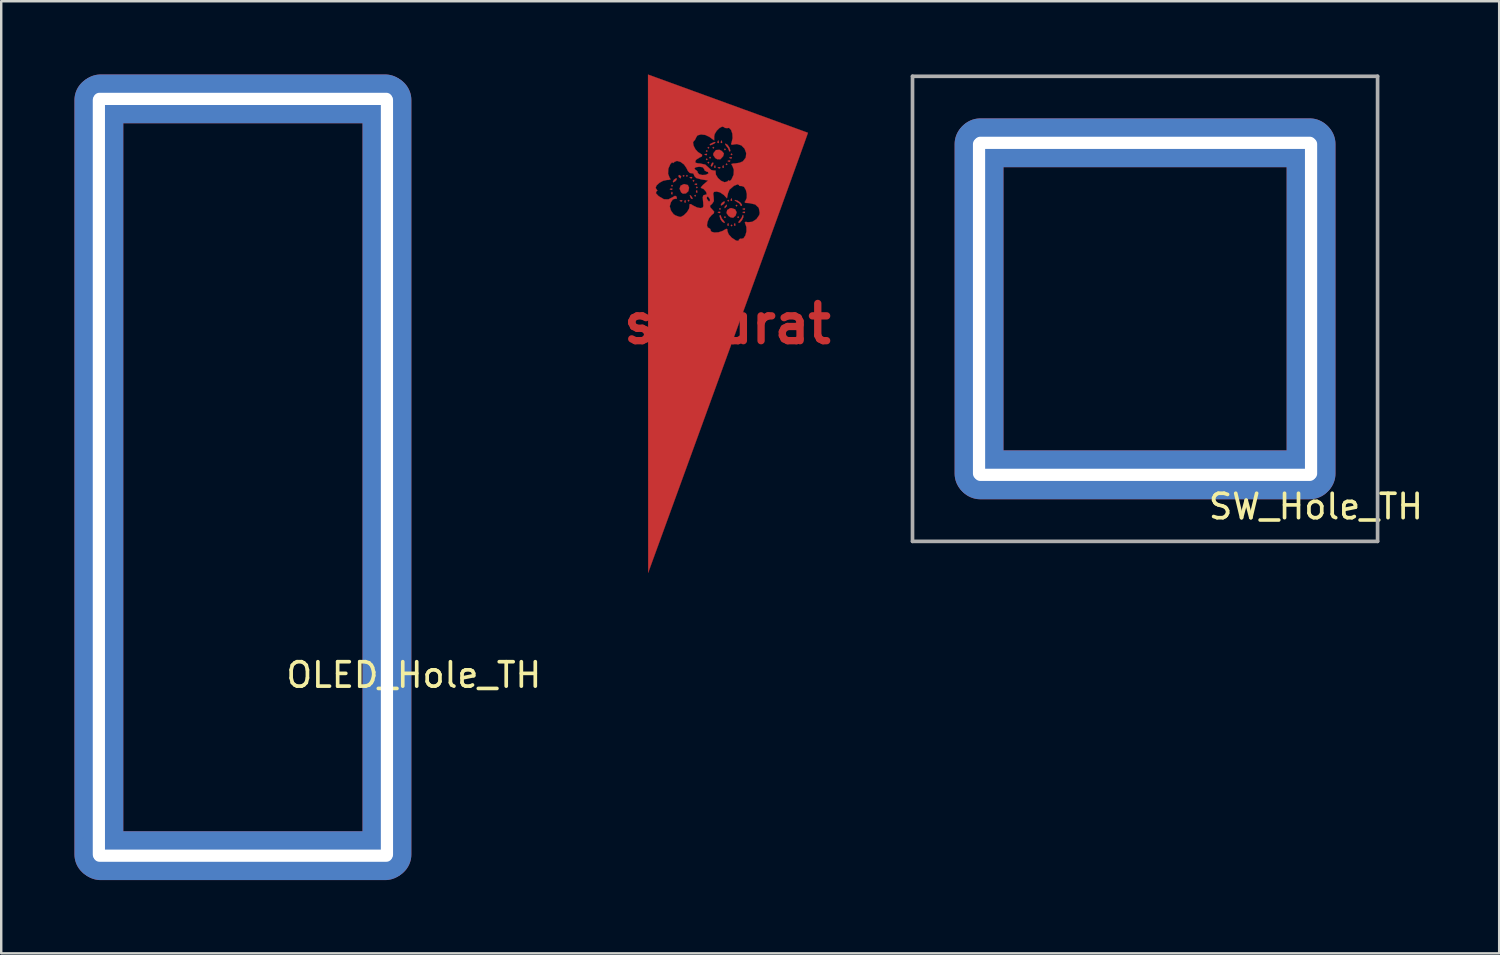
<source format=kicad_pcb>
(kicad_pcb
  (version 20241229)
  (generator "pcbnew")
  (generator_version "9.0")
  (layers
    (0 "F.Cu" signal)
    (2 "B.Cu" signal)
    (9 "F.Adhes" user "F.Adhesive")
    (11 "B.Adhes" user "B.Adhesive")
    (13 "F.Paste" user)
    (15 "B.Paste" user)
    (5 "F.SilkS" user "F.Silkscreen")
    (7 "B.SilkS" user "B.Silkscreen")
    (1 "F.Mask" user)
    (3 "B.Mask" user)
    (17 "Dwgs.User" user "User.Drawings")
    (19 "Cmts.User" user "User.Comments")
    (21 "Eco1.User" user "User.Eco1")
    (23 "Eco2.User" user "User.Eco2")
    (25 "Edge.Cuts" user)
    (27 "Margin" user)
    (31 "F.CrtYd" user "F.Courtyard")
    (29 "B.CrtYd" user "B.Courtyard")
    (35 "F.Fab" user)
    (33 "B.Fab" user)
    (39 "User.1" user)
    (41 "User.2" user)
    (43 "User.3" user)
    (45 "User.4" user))
  (footprint "sakurat"
    (layer "F.Cu")
    (at 26.746 10.215)
    (property "Reference" "sakurat" (at 0 0 0) (layer "F.Cu") (effects (font (size 1.524 1.524) (thickness 0.3))))
    (attr through_hole)
    (fp_poly (pts (xy -2.235 -5.656) (xy -2.269 -5.622) (xy -2.303 -5.656) (xy -2.269 -5.69) (xy -2.235 -5.656)) (stroke (width 0.01) (type solid)) (fill yes) (layer "F.Cu"))
    (fp_poly (pts (xy -1.761 -6.062) (xy -1.795 -6.028) (xy -1.829 -6.062) (xy -1.795 -6.096) (xy -1.761 -6.062)) (stroke (width 0.01) (type solid)) (fill yes) (layer "F.Cu"))
    (fp_poly (pts (xy -1.626 -6.062) (xy -1.659 -6.028) (xy -1.693 -6.062) (xy -1.659 -6.096) (xy -1.626 -6.062)) (stroke (width 0.01) (type solid)) (fill yes) (layer "F.Cu"))
    (fp_poly (pts (xy -1.558 -5.046) (xy -1.592 -5.012) (xy -1.626 -5.046) (xy -1.592 -5.08) (xy -1.558 -5.046)) (stroke (width 0.01) (type solid)) (fill yes) (layer "F.Cu"))
    (fp_poly (pts (xy -1.355 -5.859) (xy -1.389 -5.825) (xy -1.422 -5.859) (xy -1.389 -5.893) (xy -1.355 -5.859)) (stroke (width 0.01) (type solid)) (fill yes) (layer "F.Cu"))
    (fp_poly (pts (xy -1.287 -5.249) (xy -1.321 -5.215) (xy -1.355 -5.249) (xy -1.321 -5.283) (xy -1.287 -5.249)) (stroke (width 0.01) (type solid)) (fill yes) (layer "F.Cu"))
    (fp_poly (pts (xy -1.219 -5.588) (xy -1.253 -5.554) (xy -1.287 -5.588) (xy -1.253 -5.622) (xy -1.219 -5.588)) (stroke (width 0.01) (type solid)) (fill yes) (layer "F.Cu"))
    (fp_poly (pts (xy -0.813 -7.078) (xy -0.847 -7.044) (xy -0.881 -7.078) (xy -0.847 -7.112) (xy -0.813 -7.078)) (stroke (width 0.01) (type solid)) (fill yes) (layer "F.Cu"))
    (fp_poly (pts (xy -0.813 -6.739) (xy -0.847 -6.706) (xy -0.881 -6.739) (xy -0.847 -6.773) (xy -0.813 -6.739)) (stroke (width 0.01) (type solid)) (fill yes) (layer "F.Cu"))
    (fp_poly (pts (xy -0.745 -7.214) (xy -0.779 -7.18) (xy -0.813 -7.214) (xy -0.779 -7.247) (xy -0.745 -7.214)) (stroke (width 0.01) (type solid)) (fill yes) (layer "F.Cu"))
    (fp_poly (pts (xy -0.745 -6.604) (xy -0.779 -6.57) (xy -0.813 -6.604) (xy -0.779 -6.638) (xy -0.745 -6.604)) (stroke (width 0.01) (type solid)) (fill yes) (layer "F.Cu"))
    (fp_poly (pts (xy -0.677 -6.807) (xy -0.711 -6.773) (xy -0.745 -6.807) (xy -0.711 -6.841) (xy -0.677 -6.807)) (stroke (width 0.01) (type solid)) (fill yes) (layer "F.Cu"))
    (fp_poly (pts (xy -0.542 -7.214) (xy -0.576 -7.18) (xy -0.61 -7.214) (xy -0.576 -7.247) (xy -0.542 -7.214)) (stroke (width 0.01) (type solid)) (fill yes) (layer "F.Cu"))
    (fp_poly (pts (xy -0.271 -4.707) (xy -0.305 -4.674) (xy -0.339 -4.707) (xy -0.305 -4.741) (xy -0.271 -4.707)) (stroke (width 0.01) (type solid)) (fill yes) (layer "F.Cu"))
    (fp_poly (pts (xy -0.068 -7.146) (xy -0.102 -7.112) (xy -0.135 -7.146) (xy -0.102 -7.18) (xy -0.068 -7.146)) (stroke (width 0.01) (type solid)) (fill yes) (layer "F.Cu"))
    (fp_poly (pts (xy -0.068 -4.369) (xy -0.102 -4.335) (xy -0.135 -4.369) (xy -0.102 -4.403) (xy -0.068 -4.369)) (stroke (width 0.01) (type solid)) (fill yes) (layer "F.Cu"))
    (fp_poly (pts (xy 0 -6.536) (xy -0.034 -6.502) (xy -0.068 -6.536) (xy -0.034 -6.57) (xy 0 -6.536)) (stroke (width 0.01) (type solid)) (fill yes) (layer "F.Cu"))
    (fp_poly (pts (xy 0.068 -5.046) (xy 0.034 -5.012) (xy 0 -5.046) (xy 0.034 -5.08) (xy 0.068 -5.046)) (stroke (width 0.01) (type solid)) (fill yes) (layer "F.Cu"))
    (fp_poly (pts (xy 0.203 -6.943) (xy 0.169 -6.909) (xy 0.135 -6.943) (xy 0.169 -6.977) (xy 0.203 -6.943)) (stroke (width 0.01) (type solid)) (fill yes) (layer "F.Cu"))
    (fp_poly (pts (xy 0.203 -4.03) (xy 0.169 -3.996) (xy 0.135 -4.03) (xy 0.169 -4.064) (xy 0.203 -4.03)) (stroke (width 0.01) (type solid)) (fill yes) (layer "F.Cu"))
    (fp_poly (pts (xy 0.406 -4.843) (xy 0.373 -4.809) (xy 0.339 -4.843) (xy 0.373 -4.877) (xy 0.406 -4.843)) (stroke (width 0.01) (type solid)) (fill yes) (layer "F.Cu"))
    (fp_poly (pts (xy 0.474 -4.369) (xy 0.44 -4.335) (xy 0.406 -4.369) (xy 0.44 -4.403) (xy 0.474 -4.369)) (stroke (width 0.01) (type solid)) (fill yes) (layer "F.Cu"))
    (fp_poly (pts (xy -2.258 -5.532) (xy -2.267 -5.491) (xy -2.303 -5.486) (xy -2.359 -5.511) (xy -2.348 -5.532) (xy -2.268 -5.54) (xy -2.258 -5.532)) (stroke (width 0.01) (type solid)) (fill yes) (layer "F.Cu"))
    (fp_poly (pts (xy -2.258 -5.396) (xy -2.25 -5.316) (xy -2.258 -5.306) (xy -2.298 -5.315) (xy -2.303 -5.351) (xy -2.278 -5.407) (xy -2.258 -5.396)) (stroke (width 0.01) (type solid)) (fill yes) (layer "F.Cu"))
    (fp_poly (pts (xy -1.851 -5.057) (xy -1.861 -5.017) (xy -1.897 -5.012) (xy -1.952 -5.037) (xy -1.942 -5.057) (xy -1.861 -5.066) (xy -1.851 -5.057)) (stroke (width 0.01) (type solid)) (fill yes) (layer "F.Cu"))
    (fp_poly (pts (xy -1.716 -5.057) (xy -1.708 -4.977) (xy -1.716 -4.967) (xy -1.756 -4.976) (xy -1.761 -5.012) (xy -1.736 -5.068) (xy -1.716 -5.057)) (stroke (width 0.01) (type solid)) (fill yes) (layer "F.Cu"))
    (fp_poly (pts (xy -1.445 -6.006) (xy -1.454 -5.965) (xy -1.49 -5.961) (xy -1.546 -5.985) (xy -1.535 -6.006) (xy -1.455 -6.014) (xy -1.445 -6.006)) (stroke (width 0.01) (type solid)) (fill yes) (layer "F.Cu"))
    (fp_poly (pts (xy -1.242 -5.735) (xy -1.251 -5.694) (xy -1.287 -5.69) (xy -1.343 -5.714) (xy -1.332 -5.735) (xy -1.252 -5.743) (xy -1.242 -5.735)) (stroke (width 0.01) (type solid)) (fill yes) (layer "F.Cu"))
    (fp_poly (pts (xy -1.242 -5.464) (xy -1.234 -5.383) (xy -1.242 -5.374) (xy -1.282 -5.383) (xy -1.287 -5.419) (xy -1.262 -5.474) (xy -1.242 -5.464)) (stroke (width 0.01) (type solid)) (fill yes) (layer "F.Cu"))
    (fp_poly (pts (xy -0.835 -6.954) (xy -0.845 -6.914) (xy -0.881 -6.909) (xy -0.936 -6.934) (xy -0.926 -6.954) (xy -0.845 -6.962) (xy -0.835 -6.954)) (stroke (width 0.01) (type solid)) (fill yes) (layer "F.Cu"))
    (fp_poly (pts (xy -0.497 -6.48) (xy -0.489 -6.399) (xy -0.497 -6.39) (xy -0.537 -6.399) (xy -0.542 -6.435) (xy -0.517 -6.49) (xy -0.497 -6.48)) (stroke (width 0.01) (type solid)) (fill yes) (layer "F.Cu"))
    (fp_poly (pts (xy -0.361 -7.496) (xy -0.353 -7.415) (xy -0.361 -7.406) (xy -0.402 -7.415) (xy -0.406 -7.451) (xy -0.382 -7.506) (xy -0.361 -7.496)) (stroke (width 0.01) (type solid)) (fill yes) (layer "F.Cu"))
    (fp_poly (pts (xy -0.294 -6.412) (xy -0.303 -6.372) (xy -0.339 -6.367) (xy -0.394 -6.392) (xy -0.384 -6.412) (xy -0.303 -6.42) (xy -0.294 -6.412)) (stroke (width 0.01) (type solid)) (fill yes) (layer "F.Cu"))
    (fp_poly (pts (xy -0.294 -4.583) (xy -0.303 -4.543) (xy -0.339 -4.538) (xy -0.394 -4.563) (xy -0.384 -4.583) (xy -0.303 -4.591) (xy -0.294 -4.583)) (stroke (width 0.01) (type solid)) (fill yes) (layer "F.Cu"))
    (fp_poly (pts (xy -0.226 -7.496) (xy -0.218 -7.415) (xy -0.226 -7.406) (xy -0.266 -7.415) (xy -0.271 -7.451) (xy -0.246 -7.506) (xy -0.226 -7.496)) (stroke (width 0.01) (type solid)) (fill yes) (layer "F.Cu"))
    (fp_poly (pts (xy -0.158 -6.48) (xy -0.15 -6.399) (xy -0.158 -6.39) (xy -0.198 -6.399) (xy -0.203 -6.435) (xy -0.178 -6.49) (xy -0.158 -6.48)) (stroke (width 0.01) (type solid)) (fill yes) (layer "F.Cu"))
    (fp_poly (pts (xy 0.045 -4.109) (xy 0.053 -4.029) (xy 0.045 -4.019) (xy 0.005 -4.028) (xy 0 -4.064) (xy 0.025 -4.12) (xy 0.045 -4.109)) (stroke (width 0.01) (type solid)) (fill yes) (layer "F.Cu"))
    (fp_poly (pts (xy 0.113 -6.683) (xy 0.104 -6.643) (xy 0.068 -6.638) (xy 0.012 -6.663) (xy 0.023 -6.683) (xy 0.103 -6.691) (xy 0.113 -6.683)) (stroke (width 0.01) (type solid)) (fill yes) (layer "F.Cu"))
    (fp_poly (pts (xy 0.181 -6.818) (xy 0.171 -6.778) (xy 0.135 -6.773) (xy 0.08 -6.798) (xy 0.09 -6.818) (xy 0.171 -6.827) (xy 0.181 -6.818)) (stroke (width 0.01) (type solid)) (fill yes) (layer "F.Cu"))
    (fp_poly (pts (xy 0.181 -5.125) (xy 0.189 -5.045) (xy 0.181 -5.035) (xy 0.14 -5.044) (xy 0.135 -5.08) (xy 0.16 -5.136) (xy 0.181 -5.125)) (stroke (width 0.01) (type solid)) (fill yes) (layer "F.Cu"))
    (fp_poly (pts (xy 0.316 -4.109) (xy 0.324 -4.029) (xy 0.316 -4.019) (xy 0.276 -4.028) (xy 0.271 -4.064) (xy 0.296 -4.12) (xy 0.316 -4.109)) (stroke (width 0.01) (type solid)) (fill yes) (layer "F.Cu"))
    (fp_poly (pts (xy 0.722 -4.719) (xy 0.713 -4.678) (xy 0.677 -4.674) (xy 0.622 -4.698) (xy 0.632 -4.719) (xy 0.713 -4.727) (xy 0.722 -4.719)) (stroke (width 0.01) (type solid)) (fill yes) (layer "F.Cu"))
    (fp_poly (pts (xy 0.722 -4.583) (xy 0.713 -4.543) (xy 0.677 -4.538) (xy 0.622 -4.563) (xy 0.632 -4.583) (xy 0.713 -4.591) (xy 0.722 -4.583)) (stroke (width 0.01) (type solid)) (fill yes) (layer "F.Cu"))
    (fp_poly (pts (xy -2.068 -5.95) (xy -2.091 -5.892) (xy -2.14 -5.839) (xy -2.217 -5.796) (xy -2.235 -5.818) (xy -2.194 -5.9) (xy -2.114 -5.955) (xy -2.068 -5.95)) (stroke (width 0.01) (type solid)) (fill yes) (layer "F.Cu"))
    (fp_poly (pts (xy -1.491 -5.242) (xy -1.482 -5.234) (xy -1.428 -5.145) (xy -1.435 -5.112) (xy -1.486 -5.132) (xy -1.52 -5.196) (xy -1.54 -5.275) (xy -1.491 -5.242)) (stroke (width 0.01) (type solid)) (fill yes) (layer "F.Cu"))
    (fp_poly (pts (xy -0.572 -6.593) (xy -0.584 -6.54) (xy -0.638 -6.444) (xy -0.674 -6.46) (xy -0.677 -6.498) (xy -0.628 -6.59) (xy -0.61 -6.604) (xy -0.572 -6.593)) (stroke (width 0.01) (type solid)) (fill yes) (layer "F.Cu"))
    (fp_poly (pts (xy -0.104 -5.002) (xy -0.127 -4.944) (xy -0.176 -4.891) (xy -0.253 -4.848) (xy -0.271 -4.87) (xy -0.23 -4.952) (xy -0.15 -5.007) (xy -0.104 -5.002)) (stroke (width 0.01) (type solid)) (fill yes) (layer "F.Cu"))
    (fp_poly (pts (xy -1.899 -6.047) (xy -1.897 -6.028) (xy -1.92 -5.962) (xy -1.926 -5.961) (xy -1.984 -6.008) (xy -1.998 -6.028) (xy -1.993 -6.091) (xy -1.968 -6.096) (xy -1.899 -6.047)) (stroke (width 0.01) (type solid)) (fill yes) (layer "F.Cu"))
    (fp_poly (pts (xy -0.496 -7.421) (xy -0.542 -7.383) (xy -0.665 -7.326) (xy -0.711 -7.317) (xy -0.723 -7.345) (xy -0.677 -7.383) (xy -0.554 -7.44) (xy -0.508 -7.449) (xy -0.496 -7.421)) (stroke (width 0.01) (type solid)) (fill yes) (layer "F.Cu"))
    (fp_poly (pts (xy -0.021 -4.833) (xy -0.034 -4.809) (xy -0.098 -4.744) (xy -0.11 -4.741) (xy -0.114 -4.785) (xy -0.102 -4.809) (xy -0.038 -4.874) (xy -0.026 -4.877) (xy -0.021 -4.833)) (stroke (width 0.01) (type solid)) (fill yes) (layer "F.Cu"))
    (fp_poly (pts (xy -1.62 -5.685) (xy -1.571 -5.576) (xy -1.599 -5.434) (xy -1.698 -5.343) (xy -1.821 -5.332) (xy -1.895 -5.383) (xy -1.96 -5.535) (xy -1.916 -5.662) (xy -1.781 -5.723) (xy -1.76 -5.723) (xy -1.62 -5.685)) (stroke (width 0.01) (type solid)) (fill yes) (layer "F.Cu"))
    (fp_poly (pts (xy -0.273 -4.442) (xy -0.271 -4.419) (xy -0.227 -4.315) (xy -0.164 -4.238) (xy -0.108 -4.157) (xy -0.128 -4.132) (xy -0.211 -4.185) (xy -0.274 -4.273) (xy -0.318 -4.397) (xy -0.31 -4.454) (xy -0.273 -4.442)) (stroke (width 0.01) (type solid)) (fill yes) (layer "F.Cu"))
    (fp_poly (pts (xy -0.227 -7.077) (xy -0.143 -6.979) (xy -0.174 -6.866) (xy -0.289 -6.741) (xy -0.418 -6.744) (xy -0.497 -6.791) (xy -0.58 -6.912) (xy -0.574 -6.99) (xy -0.47 -7.119) (xy -0.32 -7.128) (xy -0.227 -7.077)) (stroke (width 0.01) (type solid)) (fill yes) (layer "F.Cu"))
    (fp_poly (pts (xy 0.005 -7.332) (xy 0.081 -7.219) (xy 0.118 -7.105) (xy 0.107 -7.061) (xy 0.07 -7.072) (xy 0.068 -7.096) (xy 0.024 -7.199) (xy -0.039 -7.276) (xy -0.095 -7.358) (xy -0.075 -7.383) (xy 0.005 -7.332)) (stroke (width 0.01) (type solid)) (fill yes) (layer "F.Cu"))
    (fp_poly (pts (xy 0.417 -5.045) (xy 0.529 -4.968) (xy 0.596 -4.882) (xy 0.593 -4.837) (xy 0.545 -4.834) (xy 0.542 -4.855) (xy 0.488 -4.934) (xy 0.389 -4.997) (xy 0.301 -5.053) (xy 0.309 -5.075) (xy 0.417 -5.045)) (stroke (width 0.01) (type solid)) (fill yes) (layer "F.Cu"))
    (fp_poly (pts (xy 0.649 -4.454) (xy 0.653 -4.37) (xy 0.597 -4.249) (xy 0.515 -4.153) (xy 0.467 -4.132) (xy 0.451 -4.17) (xy 0.503 -4.238) (xy 0.589 -4.354) (xy 0.61 -4.419) (xy 0.635 -4.463) (xy 0.649 -4.454)) (stroke (width 0.01) (type solid)) (fill yes) (layer "F.Cu"))
    (fp_poly (pts (xy 0.315 -4.691) (xy 0.379 -4.573) (xy 0.336 -4.434) (xy 0.332 -4.428) (xy 0.236 -4.346) (xy 0.132 -4.363) (xy 0.043 -4.421) (xy -0.037 -4.54) (xy -0.009 -4.66) (xy 0.109 -4.735) (xy 0.169 -4.741) (xy 0.315 -4.691)) (stroke (width 0.01) (type solid)) (fill yes) (layer "F.Cu"))
    (fp_poly (pts (xy 0.017 -9.021) (xy 0.649 -8.791) (xy 1.241 -8.576) (xy 1.782 -8.379) (xy 2.259 -8.205) (xy 2.66 -8.059) (xy 2.974 -7.944) (xy 3.188 -7.866) (xy 3.291 -7.828) (xy 3.298 -7.826) (xy 3.277 -7.763) (xy 3.212 -7.579) (xy 3.106 -7.283) (xy 2.961 -6.881) (xy 2.78 -6.38) (xy 2.566 -5.788) (xy 2.321 -5.112) (xy 2.048 -4.358) (xy 1.75 -3.535) (xy 1.428 -2.649) (xy 1.086 -1.707) (xy 0.726 -0.717) (xy 0.351 0.314) (xy 0.033 1.187) (xy -3.245 10.194) (xy -3.248 -0.008) (xy -3.249 -4.036) (xy -0.838 -4.036) (xy -0.806 -3.942) (xy -0.767 -3.929) (xy -0.696 -3.88) (xy -0.694 -3.844) (xy -0.655 -3.772) (xy -0.53 -3.74) (xy -0.364 -3.75) (xy -0.201 -3.803) (xy -0.165 -3.824) (xy -0.048 -3.892) (xy -0.006 -3.877) (xy 0 -3.8) (xy 0.05 -3.668) (xy 0.172 -3.532) (xy 0.178 -3.527) (xy 0.355 -3.41) (xy 0.454 -3.398) (xy 0.474 -3.452) (xy 0.523 -3.491) (xy 0.566 -3.483) (xy 0.66 -3.506) (xy 0.736 -3.621) (xy 0.781 -3.787) (xy 0.779 -3.959) (xy 0.756 -4.034) (xy 0.712 -4.152) (xy 0.75 -4.18) (xy 0.835 -4.162) (xy 1.017 -4.179) (xy 1.189 -4.289) (xy 1.304 -4.456) (xy 1.324 -4.545) (xy 1.285 -4.752) (xy 1.138 -4.891) (xy 0.904 -4.944) (xy 0.89 -4.945) (xy 0.739 -4.954) (xy 0.704 -4.989) (xy 0.732 -5.026) (xy 0.792 -5.153) (xy 0.796 -5.321) (xy 0.755 -5.488) (xy 0.68 -5.611) (xy 0.584 -5.648) (xy 0.567 -5.643) (xy 0.486 -5.652) (xy 0.474 -5.684) (xy 0.423 -5.715) (xy 0.274 -5.657) (xy 0.269 -5.655) (xy 0.083 -5.494) (xy 0.023 -5.345) (xy -0.018 -5.142) (xy -0.147 -5.28) (xy -0.302 -5.385) (xy -0.441 -5.419) (xy -0.552 -5.404) (xy -0.582 -5.333) (xy -0.564 -5.205) (xy -0.555 -5.025) (xy -0.629 -4.913) (xy -0.638 -4.906) (xy -0.716 -4.835) (xy -0.697 -4.766) (xy -0.628 -4.692) (xy -0.543 -4.594) (xy -0.558 -4.527) (xy -0.648 -4.453) (xy -0.749 -4.334) (xy -0.815 -4.181) (xy -0.838 -4.036) (xy -3.249 -4.036) (xy -3.25 -5.573) (xy -2.943 -5.573) (xy -2.91 -5.519) (xy -2.866 -5.461) (xy -2.911 -5.42) (xy -2.93 -5.352) (xy -2.829 -5.242) (xy -2.808 -5.225) (xy -2.6 -5.103) (xy -2.416 -5.099) (xy -2.257 -5.181) (xy -2.147 -5.244) (xy -2.093 -5.22) (xy -2.076 -5.184) (xy -2.08 -5.116) (xy -2.135 -5.124) (xy -2.235 -5.097) (xy -2.315 -4.979) (xy -2.363 -4.815) (xy -2.321 -4.662) (xy -2.297 -4.616) (xy -2.203 -4.489) (xy -2.12 -4.437) (xy -2.006 -4.398) (xy -1.994 -4.388) (xy -1.904 -4.379) (xy -1.78 -4.452) (xy -1.657 -4.574) (xy -1.574 -4.71) (xy -1.558 -4.784) (xy -1.549 -4.899) (xy -1.497 -4.905) (xy -1.407 -4.847) (xy -1.237 -4.765) (xy -1.109 -4.741) (xy -1.016 -4.756) (xy -0.983 -4.823) (xy -0.993 -4.981) (xy -0.997 -5.012) (xy -1.009 -5.166) (xy -0.849 -5.166) (xy -0.837 -5.114) (xy -0.772 -5.024) (xy -0.74 -5.012) (xy -0.709 -5.062) (xy -0.721 -5.114) (xy -0.786 -5.203) (xy -0.818 -5.215) (xy -0.849 -5.166) (xy -1.009 -5.166) (xy -1.011 -5.189) (xy -0.982 -5.268) (xy -0.921 -5.283) (xy -0.846 -5.305) (xy -0.867 -5.392) (xy -0.881 -5.419) (xy -0.979 -5.527) (xy -1.056 -5.554) (xy -1.091 -5.586) (xy -1.007 -5.684) (xy -0.974 -5.713) (xy -0.79 -5.872) (xy -1.072 -5.917) (xy -1.276 -5.973) (xy -1.354 -6.054) (xy -1.355 -6.063) (xy -1.391 -6.153) (xy -1.422 -6.164) (xy -1.541 -6.18) (xy -1.616 -6.256) (xy -1.669 -6.367) (xy -1.355 -6.367) (xy -1.303 -6.301) (xy -1.287 -6.299) (xy -1.227 -6.244) (xy -1.219 -6.198) (xy -1.163 -6.129) (xy -1.033 -6.096) (xy -0.888 -6.103) (xy -0.785 -6.155) (xy -0.779 -6.164) (xy -0.794 -6.222) (xy -0.843 -6.231) (xy -0.935 -6.284) (xy -0.948 -6.333) (xy -1.009 -6.414) (xy -1.151 -6.435) (xy -1.294 -6.415) (xy -1.355 -6.368) (xy -1.355 -6.367) (xy -1.669 -6.367) (xy -1.673 -6.377) (xy -1.777 -6.528) (xy -1.922 -6.634) (xy -2.067 -6.675) (xy -2.172 -6.632) (xy -2.178 -6.624) (xy -2.227 -6.582) (xy -2.236 -6.604) (xy -2.272 -6.611) (xy -2.339 -6.54) (xy -2.42 -6.356) (xy -2.431 -6.151) (xy -2.37 -5.988) (xy -2.357 -5.974) (xy -2.328 -5.917) (xy -2.409 -5.895) (xy -2.481 -5.893) (xy -2.636 -5.859) (xy -2.786 -5.776) (xy -2.899 -5.672) (xy -2.943 -5.573) (xy -3.25 -5.573) (xy -3.25 -7.431) (xy -1.409 -7.431) (xy -1.386 -7.299) (xy -1.312 -7.153) (xy -1.208 -7.037) (xy -1.164 -7.011) (xy -1.036 -6.929) (xy -1.043 -6.858) (xy -1.145 -6.809) (xy -1.272 -6.729) (xy -1.312 -6.669) (xy -1.305 -6.599) (xy -1.195 -6.572) (xy -1.125 -6.57) (xy -0.907 -6.523) (xy -0.777 -6.407) (xy -0.663 -6.302) (xy -0.562 -6.28) (xy -0.489 -6.281) (xy -0.485 -6.257) (xy -0.473 -6.113) (xy -0.386 -5.971) (xy -0.257 -5.858) (xy -0.119 -5.801) (xy -0.006 -5.827) (xy 0.016 -5.852) (xy 0.062 -5.884) (xy 0.069 -5.859) (xy 0.104 -5.852) (xy 0.171 -5.923) (xy 0.253 -6.107) (xy 0.264 -6.312) (xy 0.202 -6.475) (xy 0.19 -6.489) (xy 0.16 -6.546) (xy 0.241 -6.568) (xy 0.312 -6.57) (xy 0.502 -6.599) (xy 0.635 -6.657) (xy 0.753 -6.811) (xy 0.77 -6.996) (xy 0.704 -7.174) (xy 0.573 -7.309) (xy 0.393 -7.365) (xy 0.3 -7.354) (xy 0.175 -7.333) (xy 0.151 -7.374) (xy 0.172 -7.43) (xy 0.213 -7.609) (xy 0.202 -7.792) (xy 0.15 -7.943) (xy 0.068 -8.027) (xy -0.015 -8.017) (xy -0.105 -8.025) (xy -0.131 -8.054) (xy -0.21 -8.081) (xy -0.324 -8.023) (xy -0.439 -7.91) (xy -0.522 -7.774) (xy -0.542 -7.681) (xy -0.542 -7.514) (xy -0.734 -7.656) (xy -0.904 -7.737) (xy -1.082 -7.758) (xy -1.224 -7.72) (xy -1.287 -7.627) (xy -1.287 -7.618) (xy -1.337 -7.519) (xy -1.365 -7.504) (xy -1.409 -7.431) (xy -3.25 -7.431) (xy -3.251 -10.21) (xy 0.017 -9.021)) (stroke (width 0.01) (type solid)) (fill yes) (layer "F.Cu")))
  (footprint "OLED_Hole_TH"
    (layer "F.Cu")
    (at 6.9 16.5)
    (property "Reference" "OLED_Hole_TH" (at 7 8.1 0) (layer "F.SilkS") (effects (font (size 1 1) (thickness 0.15))))
    (attr through_hole)
    (pad "1" thru_hole oval (at -5.9 0) (size 2 32.9) (drill oval 0.5 31.4) (layers "*.Cu" "*.Mask"))
    (pad "1" thru_hole oval (at 0 -15.5 90) (size 2 13.65) (drill oval 0.5 12.25) (layers "*.Cu" "*.Mask"))
    (pad "1" thru_hole oval (at 0 15.5 90) (size 2 13.65) (drill oval 0.5 12.25) (layers "*.Cu" "*.Mask"))
    (pad "1" thru_hole oval (at 5.9 0) (size 2 32.9) (drill oval 0.5 31.4) (layers "*.Cu" "*.Mask")))
  (footprint "SW_Hole_TH"
    (layer "F.Cu")
    (at 43.853 9.6)
    (property "Reference" "SW_Hole_TH" (at 7 8.1 0) (layer "F.SilkS") (effects (font (size 1 1) (thickness 0.15))))
    (attr through_hole)
    (fp_line (start -9.525 -9.525) (end -9.525 9.525) (stroke (width 0.15) (type solid)) (layer "F.Fab"))
    (fp_line (start -9.525 9.525) (end 9.525 9.525) (stroke (width 0.15) (type solid)) (layer "F.Fab"))
    (fp_line (start 9.525 -9.525) (end -9.525 -9.525) (stroke (width 0.15) (type solid)) (layer "F.Fab"))
    (fp_line (start 9.525 9.525) (end 9.525 -9.525) (stroke (width 0.15) (type solid)) (layer "F.Fab"))
    (pad "1" thru_hole oval (at -6.8 0) (size 2 15.5) (drill oval 0.5 14) (layers "*.Cu" "*.Mask"))
    (pad "1" thru_hole oval (at 0 -6.8 90) (size 2 15.5) (drill oval 0.5 14) (layers "*.Cu" "*.Mask"))
    (pad "1" thru_hole oval (at 0 6.8 90) (size 2 15.5) (drill oval 0.5 14) (layers "*.Cu" "*.Mask"))
    (pad "1" thru_hole oval (at 6.8 0) (size 2 15.5) (drill oval 0.5 14) (layers "*.Cu" "*.Mask")))
  (gr_rect
    (start -3 -3)
    (end 58.359 36)
    (stroke (width 0.1) (type default))
    (fill no)
    (layer "Edge.Cuts")))
</source>
